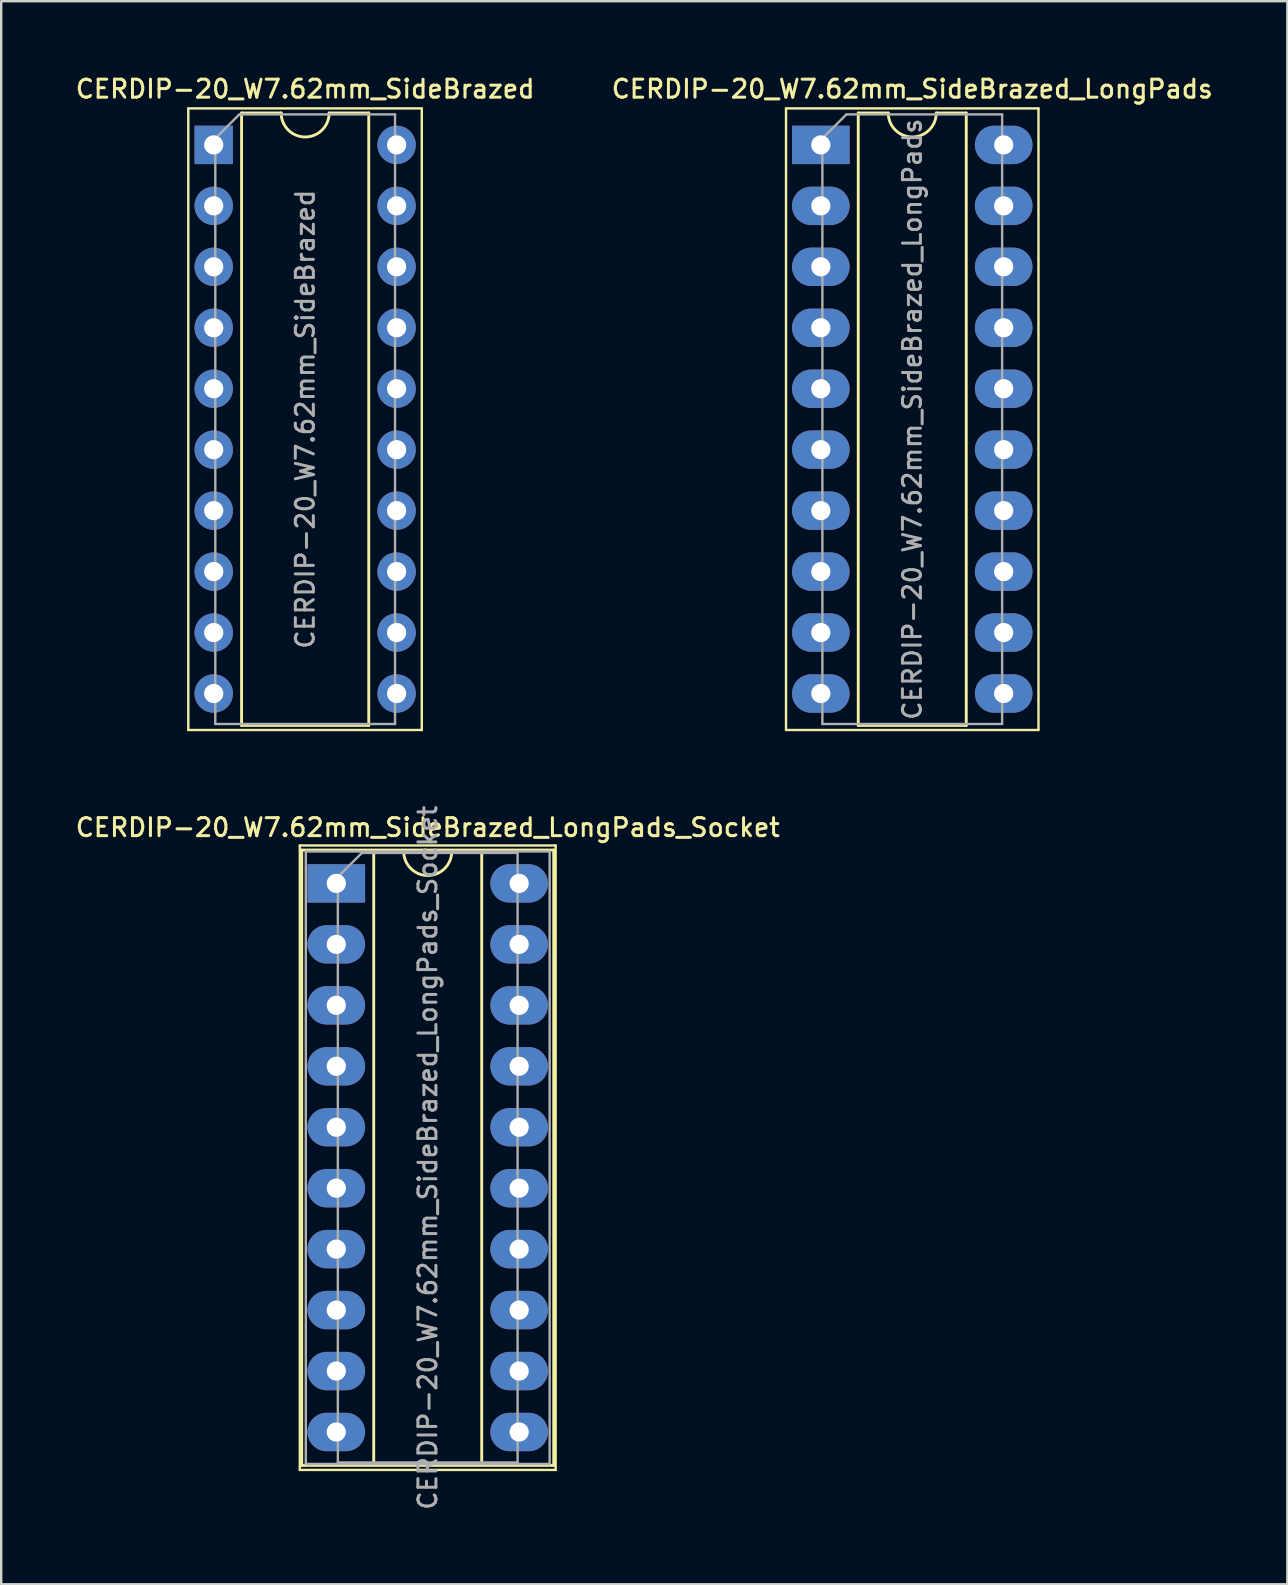
<source format=kicad_pcb>
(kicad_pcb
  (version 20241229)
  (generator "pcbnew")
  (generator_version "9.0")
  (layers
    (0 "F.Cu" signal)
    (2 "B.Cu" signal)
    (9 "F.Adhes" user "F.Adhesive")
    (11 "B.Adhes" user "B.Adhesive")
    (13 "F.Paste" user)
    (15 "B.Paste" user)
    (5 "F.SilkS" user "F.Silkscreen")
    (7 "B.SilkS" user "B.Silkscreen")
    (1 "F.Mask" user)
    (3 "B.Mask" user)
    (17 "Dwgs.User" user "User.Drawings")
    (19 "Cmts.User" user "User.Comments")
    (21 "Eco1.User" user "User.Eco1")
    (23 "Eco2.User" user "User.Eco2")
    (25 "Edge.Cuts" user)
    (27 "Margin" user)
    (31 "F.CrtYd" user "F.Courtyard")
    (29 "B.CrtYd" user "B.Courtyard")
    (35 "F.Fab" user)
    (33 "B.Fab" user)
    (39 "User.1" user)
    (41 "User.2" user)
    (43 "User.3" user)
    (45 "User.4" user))
  (footprint "CERDIP-20_W7.62mm_SideBrazed_LongPads"
    (layer "F.Cu")
    (at 31.153 2.988)
    (property "Reference" "CERDIP-20_W7.62mm_SideBrazed_LongPads" (at 3.81 -2.33 0) (layer "F.SilkS") (effects (font (size 0.75 0.75) (thickness 0.125))))
    (attr through_hole)
    (fp_line (start -1.45 -1.52) (end -1.45 24.38) (stroke (width 0.1) (type solid)) (layer "F.SilkS"))
    (fp_line (start -1.45 24.38) (end 9.07 24.38) (stroke (width 0.1) (type solid)) (layer "F.SilkS"))
    (fp_line (start 1.56 -1.33) (end 1.56 24.19) (stroke (width 0.12) (type solid)) (layer "F.SilkS"))
    (fp_line (start 1.56 24.19) (end 6.06 24.19) (stroke (width 0.12) (type solid)) (layer "F.SilkS"))
    (fp_line (start 2.81 -1.33) (end 1.56 -1.33) (stroke (width 0.12) (type solid)) (layer "F.SilkS"))
    (fp_line (start 6.06 -1.33) (end 4.81 -1.33) (stroke (width 0.12) (type solid)) (layer "F.SilkS"))
    (fp_line (start 6.06 24.19) (end 6.06 -1.33) (stroke (width 0.12) (type solid)) (layer "F.SilkS"))
    (fp_line (start 9.07 -1.52) (end -1.45 -1.52) (stroke (width 0.1) (type solid)) (layer "F.SilkS"))
    (fp_line (start 9.07 24.38) (end 9.07 -1.52) (stroke (width 0.1) (type solid)) (layer "F.SilkS"))
    (fp_arc (start 4.81 -1.33) (mid 3.81 -0.33) (end 2.81 -1.33) (stroke (width 0.12) (type solid)) (layer "F.SilkS"))
    (fp_line (start 0.065 -0.27) (end 1.065 -1.27) (stroke (width 0.1) (type solid)) (layer "F.Fab"))
    (fp_line (start 0.065 24.13) (end 0.065 -0.27) (stroke (width 0.1) (type solid)) (layer "F.Fab"))
    (fp_line (start 1.065 -1.27) (end 7.555 -1.27) (stroke (width 0.1) (type solid)) (layer "F.Fab"))
    (fp_line (start 7.555 -1.27) (end 7.555 24.13) (stroke (width 0.1) (type solid)) (layer "F.Fab"))
    (fp_line (start 7.555 24.13) (end 0.065 24.13) (stroke (width 0.1) (type solid)) (layer "F.Fab"))
    (fp_text user "${REFERENCE}" (at 3.81 11.43 90) (layer "F.Fab") (effects (font (size 0.75 0.75) (thickness 0.125))))
    (pad "1" thru_hole rect (at 0 0) (size 2.4 1.6) (drill 0.8) (layers "*.Cu" "*.Mask"))
    (pad "2" thru_hole oval (at 0 2.54) (size 2.4 1.6) (drill 0.8) (layers "*.Cu" "*.Mask"))
    (pad "3" thru_hole oval (at 0 5.08) (size 2.4 1.6) (drill 0.8) (layers "*.Cu" "*.Mask"))
    (pad "4" thru_hole oval (at 0 7.62) (size 2.4 1.6) (drill 0.8) (layers "*.Cu" "*.Mask"))
    (pad "5" thru_hole oval (at 0 10.16) (size 2.4 1.6) (drill 0.8) (layers "*.Cu" "*.Mask"))
    (pad "6" thru_hole oval (at 0 12.7) (size 2.4 1.6) (drill 0.8) (layers "*.Cu" "*.Mask"))
    (pad "7" thru_hole oval (at 0 15.24) (size 2.4 1.6) (drill 0.8) (layers "*.Cu" "*.Mask"))
    (pad "8" thru_hole oval (at 0 17.78) (size 2.4 1.6) (drill 0.8) (layers "*.Cu" "*.Mask"))
    (pad "9" thru_hole oval (at 0 20.32) (size 2.4 1.6) (drill 0.8) (layers "*.Cu" "*.Mask"))
    (pad "10" thru_hole oval (at 0 22.86) (size 2.4 1.6) (drill 0.8) (layers "*.Cu" "*.Mask"))
    (pad "11" thru_hole oval (at 7.62 22.86) (size 2.4 1.6) (drill 0.8) (layers "*.Cu" "*.Mask"))
    (pad "12" thru_hole oval (at 7.62 20.32) (size 2.4 1.6) (drill 0.8) (layers "*.Cu" "*.Mask"))
    (pad "13" thru_hole oval (at 7.62 17.78) (size 2.4 1.6) (drill 0.8) (layers "*.Cu" "*.Mask"))
    (pad "14" thru_hole oval (at 7.62 15.24) (size 2.4 1.6) (drill 0.8) (layers "*.Cu" "*.Mask"))
    (pad "15" thru_hole oval (at 7.62 12.7) (size 2.4 1.6) (drill 0.8) (layers "*.Cu" "*.Mask"))
    (pad "16" thru_hole oval (at 7.62 10.16) (size 2.4 1.6) (drill 0.8) (layers "*.Cu" "*.Mask"))
    (pad "17" thru_hole oval (at 7.62 7.62) (size 2.4 1.6) (drill 0.8) (layers "*.Cu" "*.Mask"))
    (pad "18" thru_hole oval (at 7.62 5.08) (size 2.4 1.6) (drill 0.8) (layers "*.Cu" "*.Mask"))
    (pad "19" thru_hole oval (at 7.62 2.54) (size 2.4 1.6) (drill 0.8) (layers "*.Cu" "*.Mask"))
    (pad "20" thru_hole oval (at 7.62 0) (size 2.4 1.6) (drill 0.8) (layers "*.Cu" "*.Mask")))
  (footprint "CERDIP-20_W7.62mm_SideBrazed_LongPads_Socket"
    (layer "F.Cu")
    (at 10.963 33.761)
    (property "Reference" "CERDIP-20_W7.62mm_SideBrazed_LongPads_Socket" (at 3.81 -2.33 0) (layer "F.SilkS") (effects (font (size 0.75 0.75) (thickness 0.125))))
    (attr through_hole)
    (fp_line (start -1.52 -1.58) (end -1.52 24.44) (stroke (width 0.1) (type solid)) (layer "F.SilkS"))
    (fp_line (start -1.52 24.44) (end 9.14 24.44) (stroke (width 0.1) (type solid)) (layer "F.SilkS"))
    (fp_line (start -1.44 -1.39) (end -1.44 24.25) (stroke (width 0.12) (type solid)) (layer "F.SilkS"))
    (fp_line (start -1.44 24.25) (end 9.06 24.25) (stroke (width 0.12) (type solid)) (layer "F.SilkS"))
    (fp_line (start 1.56 -1.33) (end 1.56 24.19) (stroke (width 0.12) (type solid)) (layer "F.SilkS"))
    (fp_line (start 1.56 24.19) (end 6.06 24.19) (stroke (width 0.12) (type solid)) (layer "F.SilkS"))
    (fp_line (start 2.81 -1.33) (end 1.56 -1.33) (stroke (width 0.12) (type solid)) (layer "F.SilkS"))
    (fp_line (start 6.06 -1.33) (end 4.81 -1.33) (stroke (width 0.12) (type solid)) (layer "F.SilkS"))
    (fp_line (start 6.06 24.19) (end 6.06 -1.33) (stroke (width 0.12) (type solid)) (layer "F.SilkS"))
    (fp_line (start 9.06 -1.39) (end -1.44 -1.39) (stroke (width 0.12) (type solid)) (layer "F.SilkS"))
    (fp_line (start 9.06 24.25) (end 9.06 -1.39) (stroke (width 0.12) (type solid)) (layer "F.SilkS"))
    (fp_line (start 9.14 -1.58) (end -1.52 -1.58) (stroke (width 0.1) (type solid)) (layer "F.SilkS"))
    (fp_line (start 9.14 24.44) (end 9.14 -1.58) (stroke (width 0.1) (type solid)) (layer "F.SilkS"))
    (fp_arc (start 4.81 -1.33) (mid 3.81 -0.33) (end 2.81 -1.33) (stroke (width 0.12) (type solid)) (layer "F.SilkS"))
    (fp_line (start -1.27 -1.33) (end -1.27 24.19) (stroke (width 0.1) (type solid)) (layer "F.Fab"))
    (fp_line (start -1.27 24.19) (end 8.89 24.19) (stroke (width 0.1) (type solid)) (layer "F.Fab"))
    (fp_line (start 0.065 -0.27) (end 1.065 -1.27) (stroke (width 0.1) (type solid)) (layer "F.Fab"))
    (fp_line (start 0.065 24.13) (end 0.065 -0.27) (stroke (width 0.1) (type solid)) (layer "F.Fab"))
    (fp_line (start 1.065 -1.27) (end 7.555 -1.27) (stroke (width 0.1) (type solid)) (layer "F.Fab"))
    (fp_line (start 7.555 -1.27) (end 7.555 24.13) (stroke (width 0.1) (type solid)) (layer "F.Fab"))
    (fp_line (start 7.555 24.13) (end 0.065 24.13) (stroke (width 0.1) (type solid)) (layer "F.Fab"))
    (fp_line (start 8.89 -1.33) (end -1.27 -1.33) (stroke (width 0.1) (type solid)) (layer "F.Fab"))
    (fp_line (start 8.89 24.19) (end 8.89 -1.33) (stroke (width 0.1) (type solid)) (layer "F.Fab"))
    (fp_text user "${REFERENCE}" (at 3.81 11.43 90) (layer "F.Fab") (effects (font (size 0.75 0.75) (thickness 0.125))))
    (pad "1" thru_hole rect (at 0 0) (size 2.4 1.6) (drill 0.8) (layers "*.Cu" "*.Mask"))
    (pad "2" thru_hole oval (at 0 2.54) (size 2.4 1.6) (drill 0.8) (layers "*.Cu" "*.Mask"))
    (pad "3" thru_hole oval (at 0 5.08) (size 2.4 1.6) (drill 0.8) (layers "*.Cu" "*.Mask"))
    (pad "4" thru_hole oval (at 0 7.62) (size 2.4 1.6) (drill 0.8) (layers "*.Cu" "*.Mask"))
    (pad "5" thru_hole oval (at 0 10.16) (size 2.4 1.6) (drill 0.8) (layers "*.Cu" "*.Mask"))
    (pad "6" thru_hole oval (at 0 12.7) (size 2.4 1.6) (drill 0.8) (layers "*.Cu" "*.Mask"))
    (pad "7" thru_hole oval (at 0 15.24) (size 2.4 1.6) (drill 0.8) (layers "*.Cu" "*.Mask"))
    (pad "8" thru_hole oval (at 0 17.78) (size 2.4 1.6) (drill 0.8) (layers "*.Cu" "*.Mask"))
    (pad "9" thru_hole oval (at 0 20.32) (size 2.4 1.6) (drill 0.8) (layers "*.Cu" "*.Mask"))
    (pad "10" thru_hole oval (at 0 22.86) (size 2.4 1.6) (drill 0.8) (layers "*.Cu" "*.Mask"))
    (pad "11" thru_hole oval (at 7.62 22.86) (size 2.4 1.6) (drill 0.8) (layers "*.Cu" "*.Mask"))
    (pad "12" thru_hole oval (at 7.62 20.32) (size 2.4 1.6) (drill 0.8) (layers "*.Cu" "*.Mask"))
    (pad "13" thru_hole oval (at 7.62 17.78) (size 2.4 1.6) (drill 0.8) (layers "*.Cu" "*.Mask"))
    (pad "14" thru_hole oval (at 7.62 15.24) (size 2.4 1.6) (drill 0.8) (layers "*.Cu" "*.Mask"))
    (pad "15" thru_hole oval (at 7.62 12.7) (size 2.4 1.6) (drill 0.8) (layers "*.Cu" "*.Mask"))
    (pad "16" thru_hole oval (at 7.62 10.16) (size 2.4 1.6) (drill 0.8) (layers "*.Cu" "*.Mask"))
    (pad "17" thru_hole oval (at 7.62 7.62) (size 2.4 1.6) (drill 0.8) (layers "*.Cu" "*.Mask"))
    (pad "18" thru_hole oval (at 7.62 5.08) (size 2.4 1.6) (drill 0.8) (layers "*.Cu" "*.Mask"))
    (pad "19" thru_hole oval (at 7.62 2.54) (size 2.4 1.6) (drill 0.8) (layers "*.Cu" "*.Mask"))
    (pad "20" thru_hole oval (at 7.62 0) (size 2.4 1.6) (drill 0.8) (layers "*.Cu" "*.Mask")))
  (footprint "CERDIP-20_W7.62mm_SideBrazed"
    (layer "F.Cu")
    (at 5.856 2.988)
    (property "Reference" "CERDIP-20_W7.62mm_SideBrazed" (at 3.81 -2.33 0) (layer "F.SilkS") (effects (font (size 0.75 0.75) (thickness 0.125))))
    (attr through_hole)
    (fp_line (start -1.06 -1.52) (end -1.06 24.38) (stroke (width 0.1) (type solid)) (layer "F.SilkS"))
    (fp_line (start -1.06 24.38) (end 8.67 24.38) (stroke (width 0.1) (type solid)) (layer "F.SilkS"))
    (fp_line (start 1.16 -1.33) (end 1.16 24.19) (stroke (width 0.12) (type solid)) (layer "F.SilkS"))
    (fp_line (start 1.16 24.19) (end 6.46 24.19) (stroke (width 0.12) (type solid)) (layer "F.SilkS"))
    (fp_line (start 2.81 -1.33) (end 1.16 -1.33) (stroke (width 0.12) (type solid)) (layer "F.SilkS"))
    (fp_line (start 6.46 -1.33) (end 4.81 -1.33) (stroke (width 0.12) (type solid)) (layer "F.SilkS"))
    (fp_line (start 6.46 24.19) (end 6.46 -1.33) (stroke (width 0.12) (type solid)) (layer "F.SilkS"))
    (fp_line (start 8.67 -1.52) (end -1.06 -1.52) (stroke (width 0.1) (type solid)) (layer "F.SilkS"))
    (fp_line (start 8.67 24.38) (end 8.67 -1.52) (stroke (width 0.1) (type solid)) (layer "F.SilkS"))
    (fp_arc (start 4.81 -1.33) (mid 3.81 -0.33) (end 2.81 -1.33) (stroke (width 0.12) (type solid)) (layer "F.SilkS"))
    (fp_line (start 0.065 -0.27) (end 1.065 -1.27) (stroke (width 0.1) (type solid)) (layer "F.Fab"))
    (fp_line (start 0.065 24.13) (end 0.065 -0.27) (stroke (width 0.1) (type solid)) (layer "F.Fab"))
    (fp_line (start 1.065 -1.27) (end 7.555 -1.27) (stroke (width 0.1) (type solid)) (layer "F.Fab"))
    (fp_line (start 7.555 -1.27) (end 7.555 24.13) (stroke (width 0.1) (type solid)) (layer "F.Fab"))
    (fp_line (start 7.555 24.13) (end 0.065 24.13) (stroke (width 0.1) (type solid)) (layer "F.Fab"))
    (fp_text user "${REFERENCE}" (at 3.81 11.43 90) (layer "F.Fab") (effects (font (size 0.75 0.75) (thickness 0.125))))
    (pad "1" thru_hole rect (at 0 0) (size 1.6 1.6) (drill 0.8) (layers "*.Cu" "*.Mask"))
    (pad "2" thru_hole circle (at 0 2.54) (size 1.6 1.6) (drill 0.8) (layers "*.Cu" "*.Mask"))
    (pad "3" thru_hole circle (at 0 5.08) (size 1.6 1.6) (drill 0.8) (layers "*.Cu" "*.Mask"))
    (pad "4" thru_hole circle (at 0 7.62) (size 1.6 1.6) (drill 0.8) (layers "*.Cu" "*.Mask"))
    (pad "5" thru_hole circle (at 0 10.16) (size 1.6 1.6) (drill 0.8) (layers "*.Cu" "*.Mask"))
    (pad "6" thru_hole circle (at 0 12.7) (size 1.6 1.6) (drill 0.8) (layers "*.Cu" "*.Mask"))
    (pad "7" thru_hole circle (at 0 15.24) (size 1.6 1.6) (drill 0.8) (layers "*.Cu" "*.Mask"))
    (pad "8" thru_hole circle (at 0 17.78) (size 1.6 1.6) (drill 0.8) (layers "*.Cu" "*.Mask"))
    (pad "9" thru_hole circle (at 0 20.32) (size 1.6 1.6) (drill 0.8) (layers "*.Cu" "*.Mask"))
    (pad "10" thru_hole circle (at 0 22.86) (size 1.6 1.6) (drill 0.8) (layers "*.Cu" "*.Mask"))
    (pad "11" thru_hole circle (at 7.62 22.86) (size 1.6 1.6) (drill 0.8) (layers "*.Cu" "*.Mask"))
    (pad "12" thru_hole circle (at 7.62 20.32) (size 1.6 1.6) (drill 0.8) (layers "*.Cu" "*.Mask"))
    (pad "13" thru_hole circle (at 7.62 17.78) (size 1.6 1.6) (drill 0.8) (layers "*.Cu" "*.Mask"))
    (pad "14" thru_hole circle (at 7.62 15.24) (size 1.6 1.6) (drill 0.8) (layers "*.Cu" "*.Mask"))
    (pad "15" thru_hole circle (at 7.62 12.7) (size 1.6 1.6) (drill 0.8) (layers "*.Cu" "*.Mask"))
    (pad "16" thru_hole circle (at 7.62 10.16) (size 1.6 1.6) (drill 0.8) (layers "*.Cu" "*.Mask"))
    (pad "17" thru_hole circle (at 7.62 7.62) (size 1.6 1.6) (drill 0.8) (layers "*.Cu" "*.Mask"))
    (pad "18" thru_hole circle (at 7.62 5.08) (size 1.6 1.6) (drill 0.8) (layers "*.Cu" "*.Mask"))
    (pad "19" thru_hole circle (at 7.62 2.54) (size 1.6 1.6) (drill 0.8) (layers "*.Cu" "*.Mask"))
    (pad "20" thru_hole circle (at 7.62 0) (size 1.6 1.6) (drill 0.8) (layers "*.Cu" "*.Mask")))
  (gr_rect
    (start -3 -3)
    (end 50.593 62.965)
    (stroke (width 0.1) (type default))
    (fill no)
    (layer "Edge.Cuts")))
</source>
